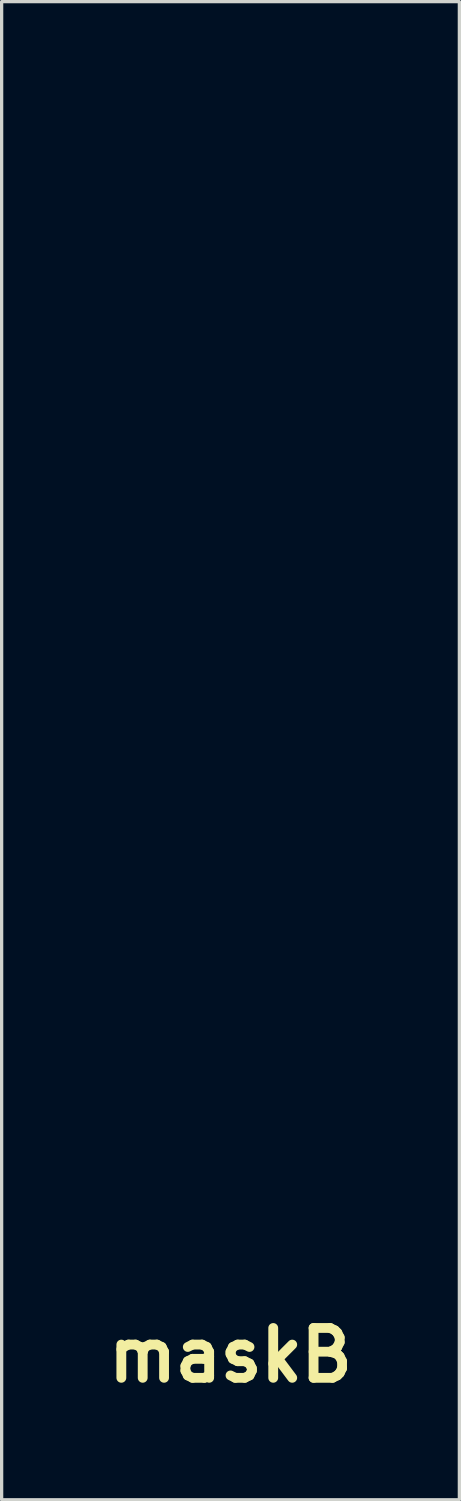
<source format=kicad_pcb>
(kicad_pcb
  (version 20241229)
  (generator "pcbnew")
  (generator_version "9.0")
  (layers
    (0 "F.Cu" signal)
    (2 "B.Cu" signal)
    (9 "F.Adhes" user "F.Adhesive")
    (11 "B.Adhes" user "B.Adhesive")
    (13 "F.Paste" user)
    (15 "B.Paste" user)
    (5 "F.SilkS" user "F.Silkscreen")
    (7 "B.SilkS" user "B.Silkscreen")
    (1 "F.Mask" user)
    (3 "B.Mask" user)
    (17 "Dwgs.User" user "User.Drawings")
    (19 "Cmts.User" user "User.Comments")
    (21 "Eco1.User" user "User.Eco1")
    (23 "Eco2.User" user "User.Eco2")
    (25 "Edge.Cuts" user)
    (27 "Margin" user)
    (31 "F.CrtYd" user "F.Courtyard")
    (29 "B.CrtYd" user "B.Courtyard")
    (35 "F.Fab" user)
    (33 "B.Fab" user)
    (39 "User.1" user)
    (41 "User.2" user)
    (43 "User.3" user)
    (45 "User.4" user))
  (footprint "maskB"
    (layer "F.Cu")
    (at 3.999 38.393)
    (property "Reference" "maskB" (at 0 0 0) (layer "F.SilkS") (effects (font (size 1.524 1.524) (thickness 0.3))))
    (attr through_hole)
    (fp_poly (pts (xy 0.157 -38.381) (xy 0.281 -38.367) (xy 0.404 -38.344) (xy 0.47 -38.328) (xy 0.59 -38.293) (xy 0.706 -38.251) (xy 0.818 -38.201) (xy 0.926 -38.144) (xy 1.029 -38.081) (xy 1.128 -38.012) (xy 1.221 -37.937) (xy 1.31 -37.857) (xy 1.392 -37.77) (xy 1.47 -37.679) (xy 1.541 -37.584) (xy 1.606 -37.483) (xy 1.665 -37.379) (xy 1.717 -37.271) (xy 1.762 -37.159) (xy 1.8 -37.044) (xy 1.831 -36.926) (xy 1.854 -36.806) (xy 1.869 -36.683) (xy 1.875 -36.597) (xy 1.876 -36.471) (xy 1.869 -36.346) (xy 1.854 -36.222) (xy 1.831 -36.099) (xy 1.8 -35.979) (xy 1.76 -35.861) (xy 1.713 -35.746) (xy 1.658 -35.633) (xy 1.61 -35.549) (xy 1.542 -35.444) (xy 1.468 -35.344) (xy 1.388 -35.249) (xy 1.302 -35.161) (xy 1.21 -35.079) (xy 1.114 -35.003) (xy 1.013 -34.933) (xy 0.908 -34.871) (xy 0.799 -34.815) (xy 0.686 -34.766) (xy 0.57 -34.725) (xy 0.451 -34.692) (xy 0.329 -34.666) (xy 0.239 -34.652) (xy 0.172 -34.645) (xy 0.101 -34.64) (xy 0.029 -34.638) (xy -0.042 -34.638) (xy -0.108 -34.64) (xy -0.135 -34.642) (xy -0.261 -34.656) (xy -0.384 -34.678) (xy -0.506 -34.708) (xy -0.624 -34.745) (xy -0.739 -34.79) (xy -0.851 -34.843) (xy -0.959 -34.902) (xy -1.062 -34.969) (xy -1.161 -35.042) (xy -1.229 -35.099) (xy -1.321 -35.185) (xy -1.407 -35.276) (xy -1.486 -35.372) (xy -1.499 -35.389) (xy -1.57 -35.49) (xy -1.634 -35.596) (xy -1.69 -35.704) (xy -1.739 -35.815) (xy -1.78 -35.929) (xy -1.814 -36.044) (xy -1.84 -36.161) (xy -1.858 -36.279) (xy -1.869 -36.398) (xy -1.873 -36.517) (xy -1.869 -36.636) (xy -1.857 -36.755) (xy -1.838 -36.873) (xy -1.811 -36.99) (xy -1.777 -37.105) (xy -1.735 -37.218) (xy -1.686 -37.329) (xy -1.629 -37.437) (xy -1.565 -37.543) (xy -1.499 -37.636) (xy -1.467 -37.677) (xy -1.438 -37.713) (xy -1.408 -37.748) (xy -1.376 -37.783) (xy -1.34 -37.821) (xy -1.334 -37.826) (xy -1.248 -37.909) (xy -1.16 -37.984) (xy -1.068 -38.052) (xy -0.973 -38.114) (xy -0.873 -38.171) (xy -0.811 -38.202) (xy -0.695 -38.253) (xy -0.578 -38.296) (xy -0.458 -38.33) (xy -0.337 -38.357) (xy -0.214 -38.375) (xy -0.091 -38.386) (xy 0.033 -38.388) (xy 0.157 -38.381)) (stroke (width 0.01) (type solid)) (fill yes) (layer "F.Mask")))
  (gr_rect
    (start -3 -3)
    (end 10.997 42.811)
    (stroke (width 0.1) (type default))
    (fill no)
    (layer "Edge.Cuts")))
</source>
